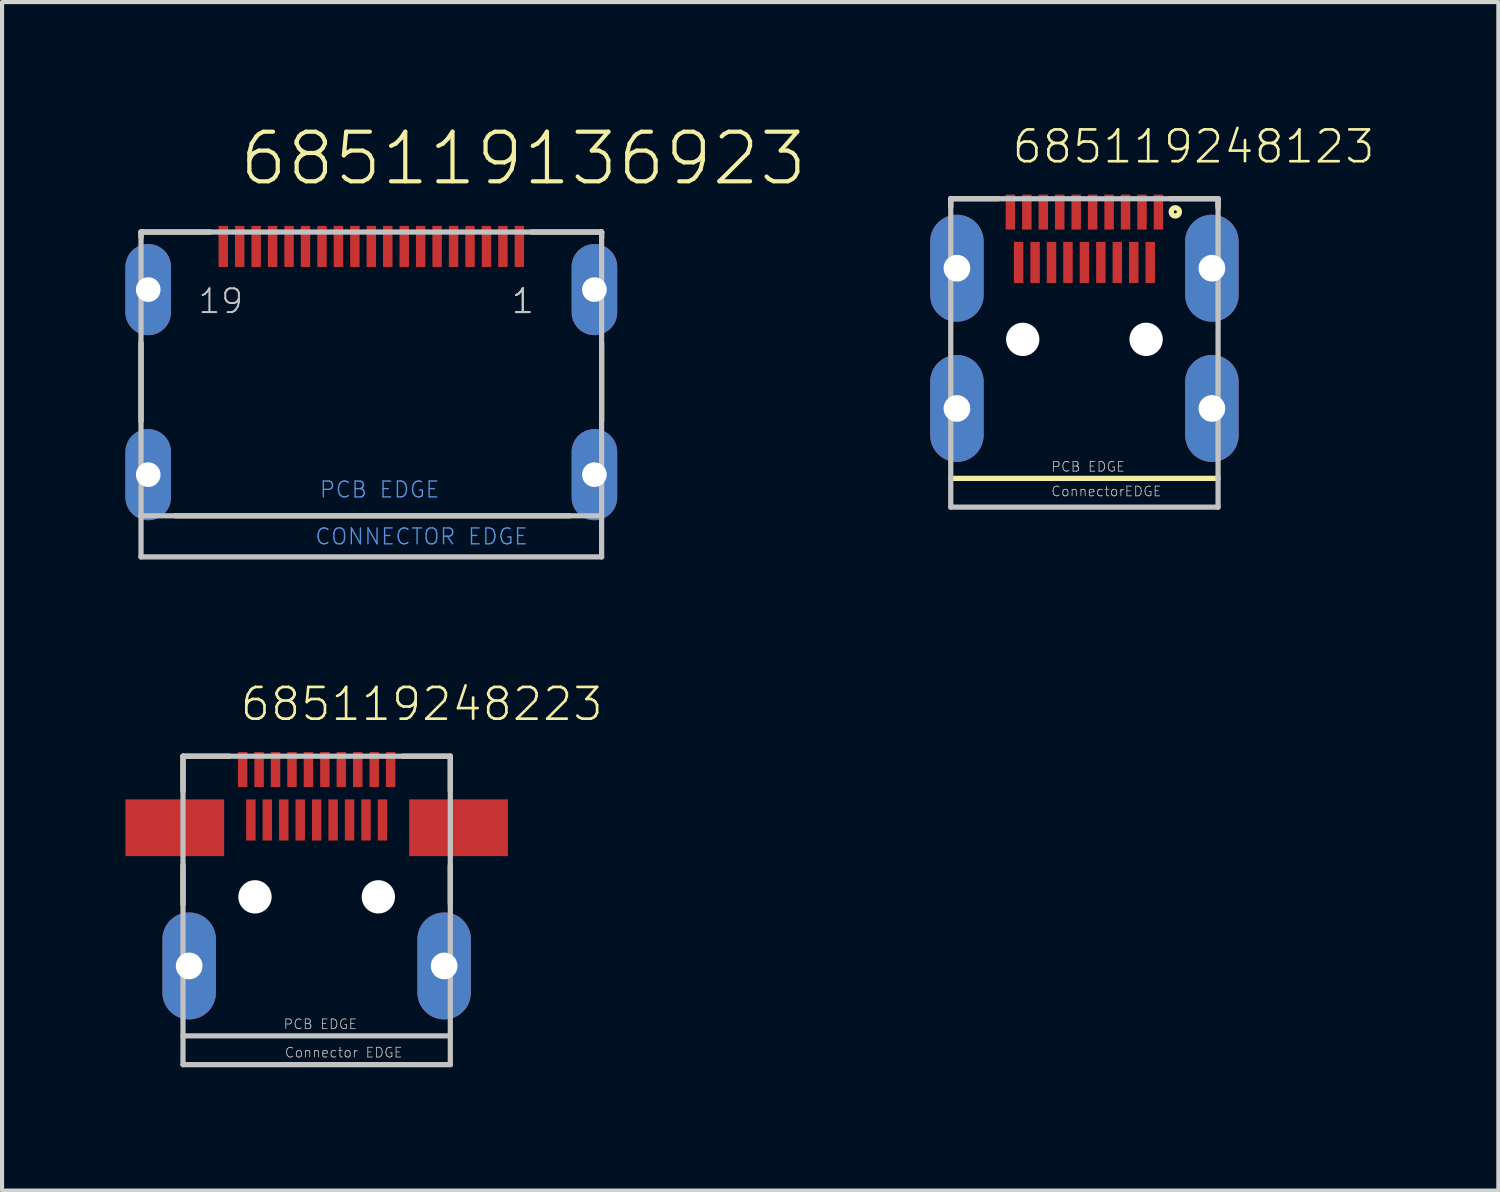
<source format=kicad_pcb>
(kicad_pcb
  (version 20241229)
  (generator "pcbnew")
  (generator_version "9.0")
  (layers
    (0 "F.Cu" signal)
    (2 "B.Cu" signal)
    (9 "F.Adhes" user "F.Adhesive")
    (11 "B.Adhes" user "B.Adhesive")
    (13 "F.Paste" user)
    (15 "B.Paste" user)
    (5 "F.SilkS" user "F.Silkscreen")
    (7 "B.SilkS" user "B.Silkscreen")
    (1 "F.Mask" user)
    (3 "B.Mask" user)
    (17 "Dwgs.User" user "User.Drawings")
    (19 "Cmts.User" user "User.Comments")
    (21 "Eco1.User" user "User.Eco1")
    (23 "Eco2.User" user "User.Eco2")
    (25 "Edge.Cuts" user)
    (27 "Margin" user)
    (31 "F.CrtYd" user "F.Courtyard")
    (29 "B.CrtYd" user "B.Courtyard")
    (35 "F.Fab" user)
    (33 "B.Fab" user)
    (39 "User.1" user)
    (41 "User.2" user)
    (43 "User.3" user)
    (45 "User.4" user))
  (footprint "685119136923"
    (layer "F.Cu")
    (at 5.979 3.992)
    (property "Reference" "685119136923" (at -3.262 -2.481 0) (layer "F.SilkS") (effects (font (size 1.206 1.206) (thickness 0.102)) (justify left bottom)))
    (attr through_hole)
    (fp_line (start -5.6 -1.4) (end -5.6 -1.27) (stroke (width 0.127) (type solid)) (layer "F.SilkS"))
    (fp_line (start -5.6 1.3) (end -5.6 3.2) (stroke (width 0.127) (type solid)) (layer "F.SilkS"))
    (fp_line (start -4.77 5.5) (end 4.82 5.5) (stroke (width 0.127) (type solid)) (layer "F.SilkS"))
    (fp_line (start -3.92 -1.4) (end -5.6 -1.4) (stroke (width 0.127) (type solid)) (layer "F.SilkS"))
    (fp_line (start 3.9 -1.4) (end 5.6 -1.4) (stroke (width 0.127) (type solid)) (layer "F.SilkS"))
    (fp_line (start 5.6 -1.4) (end 5.6 -1.27) (stroke (width 0.127) (type solid)) (layer "F.SilkS"))
    (fp_line (start 5.6 1.31) (end 5.6 3.2) (stroke (width 0.127) (type solid)) (layer "F.SilkS"))
    (fp_line (start -5.6 -1.4) (end -5.6 5.5) (stroke (width 0.127) (type solid)) (layer "Dwgs.User"))
    (fp_line (start -5.6 5.5) (end -5.6 6.5) (stroke (width 0.127) (type solid)) (layer "Dwgs.User"))
    (fp_line (start -5.6 6.5) (end 5.6 6.5) (stroke (width 0.127) (type solid)) (layer "Dwgs.User"))
    (fp_line (start 5.6 -1.4) (end -5.6 -1.4) (stroke (width 0.127) (type solid)) (layer "Dwgs.User"))
    (fp_line (start 5.6 5.5) (end -5.6 5.5) (stroke (width 0.127) (type solid)) (layer "Dwgs.User"))
    (fp_line (start 5.6 5.5) (end 5.6 -1.4) (stroke (width 0.127) (type solid)) (layer "Dwgs.User"))
    (fp_line (start 5.6 6.5) (end 5.6 5.5) (stroke (width 0.127) (type solid)) (layer "Dwgs.User"))
    (fp_text user "1" (at 3.375 0.62 0) (layer "F.SilkS") (effects (font (size 0.579 0.579) (thickness 0.049)) (justify left bottom)))
    (fp_text user "19" (at -4.245 0.62 0) (layer "Dwgs.User") (effects (font (size 0.579 0.579) (thickness 0.049)) (justify left bottom)))
    (fp_text user "1" (at 3.375 0.62 0) (layer "Dwgs.User") (effects (font (size 0.579 0.579) (thickness 0.049)) (justify left bottom)))
    (fp_text user "PCB EDGE" (at -1.28 5.09 0) (layer "Cmts.User") (effects (font (size 0.386 0.386) (thickness 0.033)) (justify left bottom)))
    (fp_text user "CONNECTOR EDGE" (at -1.39 6.23 0) (layer "Cmts.User") (effects (font (size 0.386 0.386) (thickness 0.033)) (justify left bottom)))
    (pad "1" smd rect (at 3.6 -1.05 180) (size 0.23 1) (layers "F.Cu" "F.Mask" "F.Paste"))
    (pad "2" smd rect (at 3.2 -1.05 180) (size 0.23 1) (layers "F.Cu" "F.Mask" "F.Paste"))
    (pad "3" smd rect (at 2.8 -1.05 180) (size 0.23 1) (layers "F.Cu" "F.Mask" "F.Paste"))
    (pad "4" smd rect (at 2.4 -1.05 180) (size 0.23 1) (layers "F.Cu" "F.Mask" "F.Paste"))
    (pad "5" smd rect (at 2 -1.05 180) (size 0.23 1) (layers "F.Cu" "F.Mask" "F.Paste"))
    (pad "6" smd rect (at 1.6 -1.05 180) (size 0.23 1) (layers "F.Cu" "F.Mask" "F.Paste"))
    (pad "7" smd rect (at 1.2 -1.05 180) (size 0.23 1) (layers "F.Cu" "F.Mask" "F.Paste"))
    (pad "8" smd rect (at 0.8 -1.05 180) (size 0.23 1) (layers "F.Cu" "F.Mask" "F.Paste"))
    (pad "9" smd rect (at 0.4 -1.05 180) (size 0.23 1) (layers "F.Cu" "F.Mask" "F.Paste"))
    (pad "10" smd rect (at 0 -1.05 180) (size 0.23 1) (layers "F.Cu" "F.Mask" "F.Paste"))
    (pad "11" smd rect (at -0.4 -1.05 180) (size 0.23 1) (layers "F.Cu" "F.Mask" "F.Paste"))
    (pad "12" smd rect (at -0.8 -1.05 180) (size 0.23 1) (layers "F.Cu" "F.Mask" "F.Paste"))
    (pad "13" smd rect (at -1.2 -1.05 180) (size 0.23 1) (layers "F.Cu" "F.Mask" "F.Paste"))
    (pad "14" smd rect (at -1.6 -1.05 180) (size 0.23 1) (layers "F.Cu" "F.Mask" "F.Paste"))
    (pad "15" smd rect (at -2 -1.05 180) (size 0.23 1) (layers "F.Cu" "F.Mask" "F.Paste"))
    (pad "16" smd rect (at -2.4 -1.05 180) (size 0.23 1) (layers "F.Cu" "F.Mask" "F.Paste"))
    (pad "17" smd rect (at -2.8 -1.05 180) (size 0.23 1) (layers "F.Cu" "F.Mask" "F.Paste"))
    (pad "18" smd rect (at -3.2 -1.05 180) (size 0.23 1) (layers "F.Cu" "F.Mask" "F.Paste"))
    (pad "19" smd rect (at -3.6 -1.05 180) (size 0.23 1) (layers "F.Cu" "F.Mask" "F.Paste"))
    (pad "SHEL" thru_hole oval (at -5.425 0 90) (size 2.216 1.108) (drill 0.6) (layers "*.Cu" "*.Mask"))
    (pad "SHEL" thru_hole oval (at -5.425 4.5 90) (size 2.216 1.108) (drill 0.6) (layers "*.Cu" "*.Mask"))
    (pad "SHEL" thru_hole oval (at 5.425 0 90) (size 2.216 1.108) (drill 0.6) (layers "*.Cu" "*.Mask"))
    (pad "SHEL" thru_hole oval (at 5.425 4.5 90) (size 2.216 1.108) (drill 0.6) (layers "*.Cu" "*.Mask")))
  (footprint "685119248223"
    (layer "F.Cu")
    (at 4.65 18.758)
    (property "Reference" "685119248223" (at -1.9 -4.235 0) (layer "F.SilkS") (effects (font (size 0.772 0.772) (thickness 0.065)) (justify left bottom)))
    (attr through_hole)
    (fp_line (start -3.25 -3.42) (end -3.25 -2.57) (stroke (width 0.127) (type solid)) (layer "F.SilkS"))
    (fp_line (start -3.25 -0.77) (end -3.25 0.18) (stroke (width 0.127) (type solid)) (layer "F.SilkS"))
    (fp_line (start -2.12 -3.42) (end -3.25 -3.42) (stroke (width 0.127) (type solid)) (layer "F.SilkS"))
    (fp_line (start 2.1 -3.42) (end 3.25 -3.42) (stroke (width 0.127) (type solid)) (layer "F.SilkS"))
    (fp_line (start 3.25 -3.42) (end 3.25 -2.58) (stroke (width 0.127) (type solid)) (layer "F.SilkS"))
    (fp_line (start 3.25 -0.76) (end 3.25 0.17) (stroke (width 0.127) (type solid)) (layer "F.SilkS"))
    (fp_line (start -3.25 -3.42) (end 3.25 -3.42) (stroke (width 0.127) (type solid)) (layer "Dwgs.User"))
    (fp_line (start -3.25 3.38) (end 3.25 3.38) (stroke (width 0.127) (type solid)) (layer "Dwgs.User"))
    (fp_line (start -3.25 4.08) (end -3.25 -3.42) (stroke (width 0.127) (type solid)) (layer "Dwgs.User"))
    (fp_line (start 3.25 -3.42) (end 3.25 4.08) (stroke (width 0.127) (type solid)) (layer "Dwgs.User"))
    (fp_line (start 3.25 4.08) (end -3.25 4.08) (stroke (width 0.127) (type solid)) (layer "Dwgs.User"))
    (fp_text user "PCB EDGE" (at -0.82 3.235 0) (layer "Dwgs.User") (effects (font (size 0.237 0.237) (thickness 0.02)) (justify left bottom)))
    (fp_text user "Connector EDGE" (at -0.79 3.925 0) (layer "Dwgs.User") (effects (font (size 0.237 0.237) (thickness 0.02)) (justify left bottom)))
    (pad "" np_thru_hole circle (at -1.5 0) (size 0.81 0.81) (drill 0.81) (layers "*.Cu"))
    (pad "" np_thru_hole circle (at 1.5 0) (size 0.81 0.81) (drill 0.81) (layers "*.Cu"))
    (pad "1" smd rect (at 1.8 -3.095 90) (size 0.85 0.23) (layers "F.Cu" "F.Mask" "F.Paste"))
    (pad "2" smd rect (at 1.6 -1.87 90) (size 1 0.23) (layers "F.Cu" "F.Mask" "F.Paste"))
    (pad "3" smd rect (at 1.4 -3.095 90) (size 0.85 0.23) (layers "F.Cu" "F.Mask" "F.Paste"))
    (pad "4" smd rect (at 1.2 -1.87 90) (size 1 0.23) (layers "F.Cu" "F.Mask" "F.Paste"))
    (pad "5" smd rect (at 1 -3.095 90) (size 0.85 0.23) (layers "F.Cu" "F.Mask" "F.Paste"))
    (pad "6" smd rect (at 0.8 -1.87 90) (size 1 0.23) (layers "F.Cu" "F.Mask" "F.Paste"))
    (pad "7" smd rect (at 0.6 -3.095 90) (size 0.85 0.23) (layers "F.Cu" "F.Mask" "F.Paste"))
    (pad "8" smd rect (at 0.4 -1.87 90) (size 1 0.23) (layers "F.Cu" "F.Mask" "F.Paste"))
    (pad "9" smd rect (at 0.2 -3.095 90) (size 0.85 0.23) (layers "F.Cu" "F.Mask" "F.Paste"))
    (pad "10" smd rect (at 0 -1.87 90) (size 1 0.23) (layers "F.Cu" "F.Mask" "F.Paste"))
    (pad "11" smd rect (at -0.2 -3.095 90) (size 0.85 0.23) (layers "F.Cu" "F.Mask" "F.Paste"))
    (pad "12" smd rect (at -0.4 -1.87 90) (size 1 0.23) (layers "F.Cu" "F.Mask" "F.Paste"))
    (pad "13" smd rect (at -0.6 -3.095 90) (size 0.85 0.23) (layers "F.Cu" "F.Mask" "F.Paste"))
    (pad "14" smd rect (at -0.8 -1.87 90) (size 1 0.23) (layers "F.Cu" "F.Mask" "F.Paste"))
    (pad "15" smd rect (at -1 -3.095 90) (size 0.85 0.23) (layers "F.Cu" "F.Mask" "F.Paste"))
    (pad "16" smd rect (at -1.2 -1.87 90) (size 1 0.23) (layers "F.Cu" "F.Mask" "F.Paste"))
    (pad "17" smd rect (at -1.4 -3.095 90) (size 0.85 0.23) (layers "F.Cu" "F.Mask" "F.Paste"))
    (pad "18" smd rect (at -1.6 -1.87 90) (size 1 0.23) (layers "F.Cu" "F.Mask" "F.Paste"))
    (pad "19" smd rect (at -1.8 -3.095 90) (size 0.85 0.23) (layers "F.Cu" "F.Mask" "F.Paste"))
    (pad "SHEL" smd rect (at -3.45 -1.68 90) (size 1.38 2.4) (layers "F.Cu" "F.Mask" "F.Paste"))
    (pad "SHEL" thru_hole oval (at -3.1 1.68 90) (size 2.6 1.3) (drill 0.65) (layers "*.Cu" "*.Mask"))
    (pad "SHEL" thru_hole oval (at 3.1 1.68 90) (size 2.6 1.3) (drill 0.65) (layers "*.Cu" "*.Mask"))
    (pad "SHEL" smd rect (at 3.45 -1.68 90) (size 1.38 2.4) (layers "F.Cu" "F.Mask" "F.Paste")))
  (footprint "685119248123"
    (layer "F.Cu")
    (at 23.319 5.202)
    (property "Reference" "685119248123" (at -1.8 -4.235 0) (layer "F.SilkS") (effects (font (size 0.772 0.772) (thickness 0.065)) (justify left bottom)))
    (attr through_hole)
    (fp_line (start -3.25 -3.42) (end -3.25 -3.22) (stroke (width 0.127) (type solid)) (layer "F.SilkS"))
    (fp_line (start -3.25 3.38) (end 3.25 3.38) (stroke (width 0.127) (type solid)) (layer "F.SilkS"))
    (fp_line (start -2.1 -3.42) (end -3.25 -3.42) (stroke (width 0.127) (type solid)) (layer "F.SilkS"))
    (fp_line (start 2.09 -3.42) (end 3.25 -3.42) (stroke (width 0.127) (type solid)) (layer "F.SilkS"))
    (fp_line (start 3.25 -3.42) (end 3.25 -3.2) (stroke (width 0.127) (type solid)) (layer "F.SilkS"))
    (fp_circle (center 2.21 -3.1) (end 2.31 -3.1) (stroke (width 0.127) (type solid)) (fill no) (layer "F.SilkS"))
    (fp_line (start -3.25 -3.42) (end 3.25 -3.42) (stroke (width 0.127) (type solid)) (layer "Dwgs.User"))
    (fp_line (start -3.25 4.08) (end -3.25 -3.42) (stroke (width 0.127) (type solid)) (layer "Dwgs.User"))
    (fp_line (start 3.25 -3.42) (end 3.25 4.08) (stroke (width 0.127) (type solid)) (layer "Dwgs.User"))
    (fp_line (start 3.25 4.08) (end -3.25 4.08) (stroke (width 0.127) (type solid)) (layer "Dwgs.User"))
    (fp_text user "ConnectorEDGE" (at -0.82 3.835 0) (layer "Dwgs.User") (effects (font (size 0.237 0.237) (thickness 0.02)) (justify left bottom)))
    (fp_text user "PCB EDGE" (at -0.82 3.235 0) (layer "Dwgs.User") (effects (font (size 0.237 0.237) (thickness 0.02)) (justify left bottom)))
    (pad "" np_thru_hole circle (at -1.5 0) (size 0.81 0.81) (drill 0.81) (layers "*.Cu"))
    (pad "" np_thru_hole circle (at 1.5 0) (size 0.81 0.81) (drill 0.81) (layers "*.Cu"))
    (pad "1" smd rect (at 1.8 -3.095 90) (size 0.85 0.23) (layers "F.Cu" "F.Mask" "F.Paste"))
    (pad "2" smd rect (at 1.6 -1.87 90) (size 1 0.23) (layers "F.Cu" "F.Mask" "F.Paste"))
    (pad "3" smd rect (at 1.4 -3.095 90) (size 0.85 0.23) (layers "F.Cu" "F.Mask" "F.Paste"))
    (pad "4" smd rect (at 1.2 -1.87 90) (size 1 0.23) (layers "F.Cu" "F.Mask" "F.Paste"))
    (pad "5" smd rect (at 1 -3.095 90) (size 0.85 0.23) (layers "F.Cu" "F.Mask" "F.Paste"))
    (pad "6" smd rect (at 0.8 -1.87 90) (size 1 0.23) (layers "F.Cu" "F.Mask" "F.Paste"))
    (pad "7" smd rect (at 0.6 -3.095 90) (size 0.85 0.23) (layers "F.Cu" "F.Mask" "F.Paste"))
    (pad "8" smd rect (at 0.4 -1.87 90) (size 1 0.23) (layers "F.Cu" "F.Mask" "F.Paste"))
    (pad "9" smd rect (at 0.2 -3.095 90) (size 0.85 0.23) (layers "F.Cu" "F.Mask" "F.Paste"))
    (pad "10" smd rect (at 0 -1.87 90) (size 1 0.23) (layers "F.Cu" "F.Mask" "F.Paste"))
    (pad "11" smd rect (at -0.2 -3.095 90) (size 0.85 0.23) (layers "F.Cu" "F.Mask" "F.Paste"))
    (pad "12" smd rect (at -0.4 -1.87 90) (size 1 0.23) (layers "F.Cu" "F.Mask" "F.Paste"))
    (pad "13" smd rect (at -0.6 -3.095 90) (size 0.85 0.23) (layers "F.Cu" "F.Mask" "F.Paste"))
    (pad "14" smd rect (at -0.8 -1.87 90) (size 1 0.23) (layers "F.Cu" "F.Mask" "F.Paste"))
    (pad "15" smd rect (at -1 -3.095 90) (size 0.85 0.23) (layers "F.Cu" "F.Mask" "F.Paste"))
    (pad "16" smd rect (at -1.2 -1.87 90) (size 1 0.23) (layers "F.Cu" "F.Mask" "F.Paste"))
    (pad "17" smd rect (at -1.4 -3.095 90) (size 0.85 0.23) (layers "F.Cu" "F.Mask" "F.Paste"))
    (pad "18" smd rect (at -1.6 -1.87 90) (size 1 0.23) (layers "F.Cu" "F.Mask" "F.Paste"))
    (pad "19" smd rect (at -1.8 -3.095 90) (size 0.85 0.23) (layers "F.Cu" "F.Mask" "F.Paste"))
    (pad "SHEL" thru_hole oval (at -3.1 -1.73 90) (size 2.6 1.3) (drill 0.65) (layers "*.Cu" "*.Mask"))
    (pad "SHEL" thru_hole oval (at -3.1 1.68 90) (size 2.6 1.3) (drill 0.65) (layers "*.Cu" "*.Mask"))
    (pad "SHEL" thru_hole oval (at 3.1 -1.73 90) (size 2.6 1.3) (drill 0.65) (layers "*.Cu" "*.Mask"))
    (pad "SHEL" thru_hole oval (at 3.1 1.68 90) (size 2.6 1.3) (drill 0.65) (layers "*.Cu" "*.Mask")))
  (gr_rect
    (start -3 -3)
    (end 33.384 25.901)
    (stroke (width 0.1) (type default))
    (fill no)
    (layer "Edge.Cuts")))
</source>
